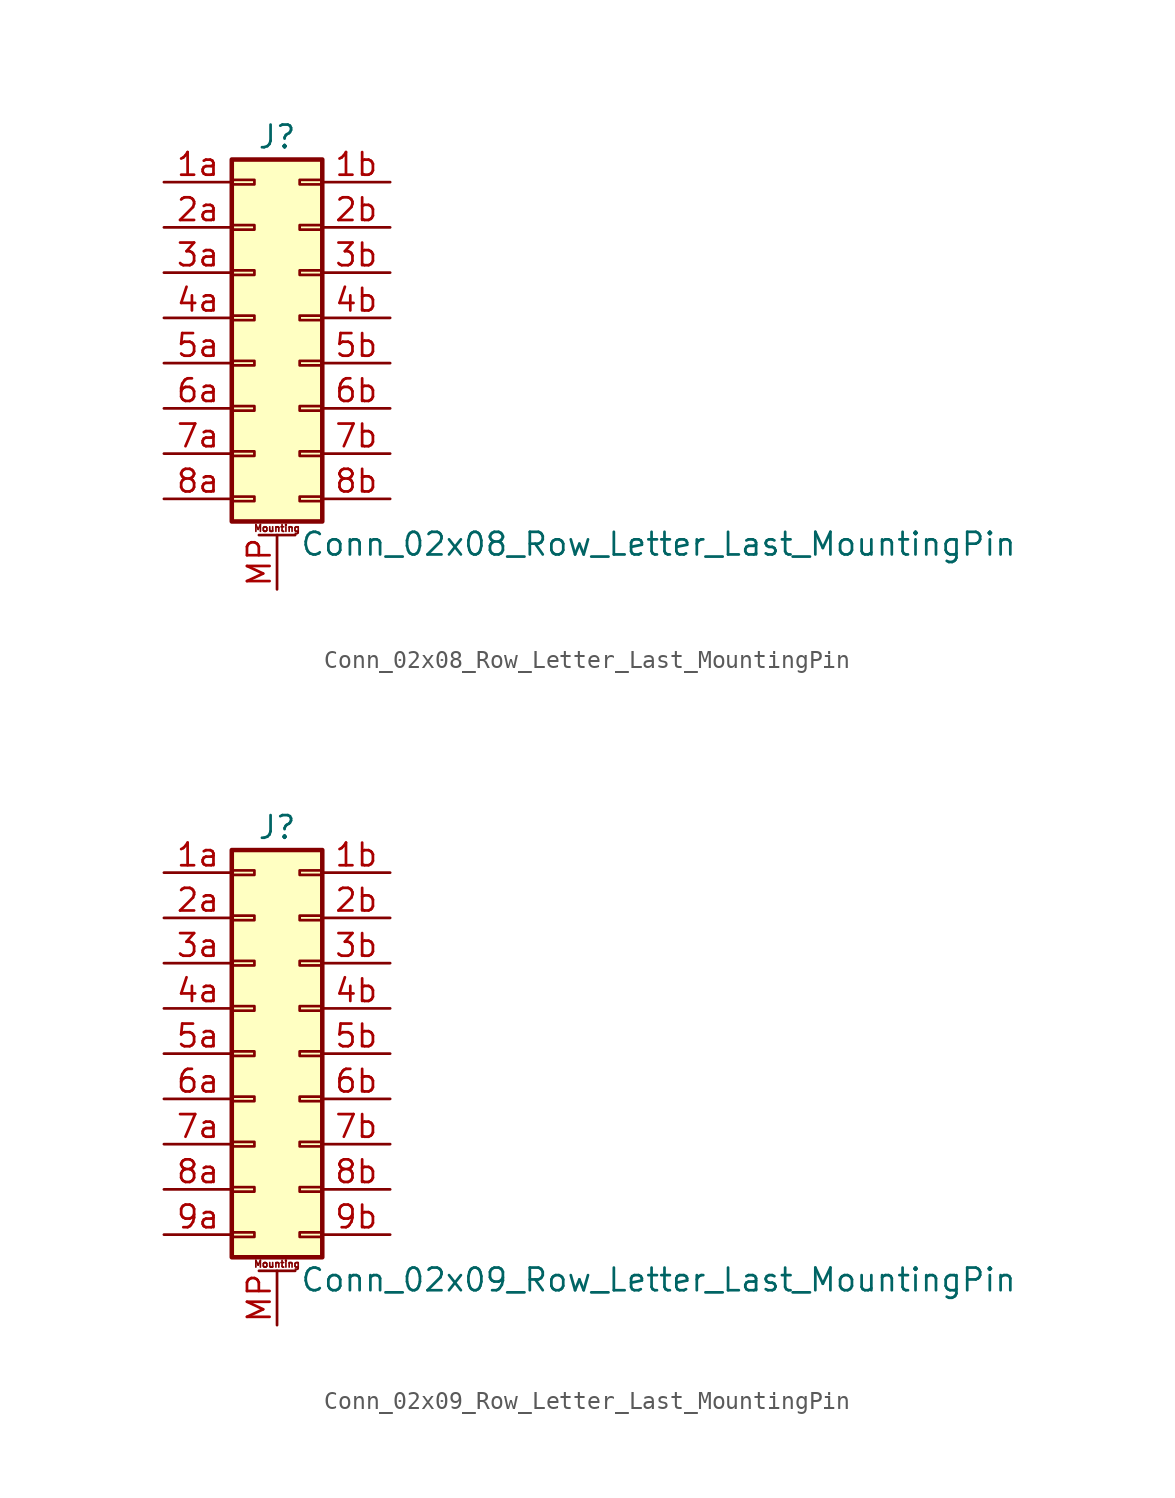
<source format=kicad_sym>
(kicad_symbol_lib
  (version 20211014)
  (generator kicad_symbol_editor)
  (symbol "Conn_02x08_Row_Letter_Last_MountingPin"
    (pin_names
      (offset 1.016) hide)
    (property "Reference" "J"
      (at 1.27 10.16 0)
      (effects (font (size 1.27 1.27))))
    (property "Value" "Conn_02x08_Row_Letter_Last_MountingPin"
      (at 2.54 -12.7 0)
      (effects (font (size 1.27 1.27)) (justify left)))
    (symbol "Conn_02x08_Row_Letter_Last_MountingPin_1_1"
      (rectangle (start -1.27 -10.033) (end 0 -10.287) (stroke (width 0.152) (type default) (color 0 0 0 0)) (fill (type none)))
      (rectangle (start -1.27 -7.493) (end 0 -7.747) (stroke (width 0.152) (type default) (color 0 0 0 0)) (fill (type none)))
      (rectangle (start -1.27 -4.953) (end 0 -5.207) (stroke (width 0.152) (type default) (color 0 0 0 0)) (fill (type none)))
      (rectangle (start -1.27 -2.413) (end 0 -2.667) (stroke (width 0.152) (type default) (color 0 0 0 0)) (fill (type none)))
      (rectangle (start -1.27 0.127) (end 0 -0.127) (stroke (width 0.152) (type default) (color 0 0 0 0)) (fill (type none)))
      (rectangle (start -1.27 2.667) (end 0 2.413) (stroke (width 0.152) (type default) (color 0 0 0 0)) (fill (type none)))
      (rectangle (start -1.27 5.207) (end 0 4.953) (stroke (width 0.152) (type default) (color 0 0 0 0)) (fill (type none)))
      (rectangle (start -1.27 7.747) (end 0 7.493) (stroke (width 0.152) (type default) (color 0 0 0 0)) (fill (type none)))
      (rectangle (start -1.27 8.89) (end 3.81 -11.43) (stroke (width 0.254) (type default) (color 0 0 0 0)) (fill (type background)))
      (polyline (pts (xy 0.254 -12.192) (xy 2.286 -12.192)) (stroke (width 0.152) (type default) (color 0 0 0 0)) (fill (type none)))
      (rectangle (start 3.81 -10.033) (end 2.54 -10.287) (stroke (width 0.152) (type default) (color 0 0 0 0)) (fill (type none)))
      (rectangle (start 3.81 -7.493) (end 2.54 -7.747) (stroke (width 0.152) (type default) (color 0 0 0 0)) (fill (type none)))
      (rectangle (start 3.81 -4.953) (end 2.54 -5.207) (stroke (width 0.152) (type default) (color 0 0 0 0)) (fill (type none)))
      (rectangle (start 3.81 -2.413) (end 2.54 -2.667) (stroke (width 0.152) (type default) (color 0 0 0 0)) (fill (type none)))
      (rectangle (start 3.81 0.127) (end 2.54 -0.127) (stroke (width 0.152) (type default) (color 0 0 0 0)) (fill (type none)))
      (rectangle (start 3.81 2.667) (end 2.54 2.413) (stroke (width 0.152) (type default) (color 0 0 0 0)) (fill (type none)))
      (rectangle (start 3.81 5.207) (end 2.54 4.953) (stroke (width 0.152) (type default) (color 0 0 0 0)) (fill (type none)))
      (rectangle (start 3.81 7.747) (end 2.54 7.493) (stroke (width 0.152) (type default) (color 0 0 0 0)) (fill (type none)))
      (text "Mounting" (at 1.27 -11.811 0) (effects (font (size 0.381 0.381))))
      (pin passive line (at -5.08 7.62 0) (length 3.81) (name "Pin_1a" (effects (font (size 1.27 1.27)))) (number "1a" (effects (font (size 1.27 1.27)))))
      (pin passive line (at 7.62 7.62 180) (length 3.81) (name "Pin_1b" (effects (font (size 1.27 1.27)))) (number "1b" (effects (font (size 1.27 1.27)))))
      (pin passive line (at -5.08 5.08 0) (length 3.81) (name "Pin_2a" (effects (font (size 1.27 1.27)))) (number "2a" (effects (font (size 1.27 1.27)))))
      (pin passive line (at 7.62 5.08 180) (length 3.81) (name "Pin_2b" (effects (font (size 1.27 1.27)))) (number "2b" (effects (font (size 1.27 1.27)))))
      (pin passive line (at -5.08 2.54 0) (length 3.81) (name "Pin_3a" (effects (font (size 1.27 1.27)))) (number "3a" (effects (font (size 1.27 1.27)))))
      (pin passive line (at 7.62 2.54 180) (length 3.81) (name "Pin_3b" (effects (font (size 1.27 1.27)))) (number "3b" (effects (font (size 1.27 1.27)))))
      (pin passive line (at -5.08 0 0) (length 3.81) (name "Pin_4a" (effects (font (size 1.27 1.27)))) (number "4a" (effects (font (size 1.27 1.27)))))
      (pin passive line (at 7.62 0 180) (length 3.81) (name "Pin_4b" (effects (font (size 1.27 1.27)))) (number "4b" (effects (font (size 1.27 1.27)))))
      (pin passive line (at -5.08 -2.54 0) (length 3.81) (name "Pin_5a" (effects (font (size 1.27 1.27)))) (number "5a" (effects (font (size 1.27 1.27)))))
      (pin passive line (at 7.62 -2.54 180) (length 3.81) (name "Pin_5b" (effects (font (size 1.27 1.27)))) (number "5b" (effects (font (size 1.27 1.27)))))
      (pin passive line (at -5.08 -5.08 0) (length 3.81) (name "Pin_6a" (effects (font (size 1.27 1.27)))) (number "6a" (effects (font (size 1.27 1.27)))))
      (pin passive line (at 7.62 -5.08 180) (length 3.81) (name "Pin_6b" (effects (font (size 1.27 1.27)))) (number "6b" (effects (font (size 1.27 1.27)))))
      (pin passive line (at -5.08 -7.62 0) (length 3.81) (name "Pin_7a" (effects (font (size 1.27 1.27)))) (number "7a" (effects (font (size 1.27 1.27)))))
      (pin passive line (at 7.62 -7.62 180) (length 3.81) (name "Pin_7b" (effects (font (size 1.27 1.27)))) (number "7b" (effects (font (size 1.27 1.27)))))
      (pin passive line (at -5.08 -10.16 0) (length 3.81) (name "Pin_8a" (effects (font (size 1.27 1.27)))) (number "8a" (effects (font (size 1.27 1.27)))))
      (pin passive line (at 7.62 -10.16 180) (length 3.81) (name "Pin_8b" (effects (font (size 1.27 1.27)))) (number "8b" (effects (font (size 1.27 1.27)))))
      (pin passive line (at 1.27 -15.24 90) (length 3.048) (name "MountPin" (effects (font (size 1.27 1.27)))) (number "MP" (effects (font (size 1.27 1.27)))))))
  (symbol "Conn_02x09_Row_Letter_Last_MountingPin"
    (pin_names
      (offset 1.016) hide)
    (property "Reference" "J"
      (at 1.27 12.7 0)
      (effects (font (size 1.27 1.27))))
    (property "Value" "Conn_02x09_Row_Letter_Last_MountingPin"
      (at 2.54 -12.7 0)
      (effects (font (size 1.27 1.27)) (justify left)))
    (symbol "Conn_02x09_Row_Letter_Last_MountingPin_1_1"
      (rectangle (start -1.27 -10.033) (end 0 -10.287) (stroke (width 0.152) (type default) (color 0 0 0 0)) (fill (type none)))
      (rectangle (start -1.27 -7.493) (end 0 -7.747) (stroke (width 0.152) (type default) (color 0 0 0 0)) (fill (type none)))
      (rectangle (start -1.27 -4.953) (end 0 -5.207) (stroke (width 0.152) (type default) (color 0 0 0 0)) (fill (type none)))
      (rectangle (start -1.27 -2.413) (end 0 -2.667) (stroke (width 0.152) (type default) (color 0 0 0 0)) (fill (type none)))
      (rectangle (start -1.27 0.127) (end 0 -0.127) (stroke (width 0.152) (type default) (color 0 0 0 0)) (fill (type none)))
      (rectangle (start -1.27 2.667) (end 0 2.413) (stroke (width 0.152) (type default) (color 0 0 0 0)) (fill (type none)))
      (rectangle (start -1.27 5.207) (end 0 4.953) (stroke (width 0.152) (type default) (color 0 0 0 0)) (fill (type none)))
      (rectangle (start -1.27 7.747) (end 0 7.493) (stroke (width 0.152) (type default) (color 0 0 0 0)) (fill (type none)))
      (rectangle (start -1.27 10.287) (end 0 10.033) (stroke (width 0.152) (type default) (color 0 0 0 0)) (fill (type none)))
      (rectangle (start -1.27 11.43) (end 3.81 -11.43) (stroke (width 0.254) (type default) (color 0 0 0 0)) (fill (type background)))
      (polyline (pts (xy 0.254 -12.192) (xy 2.286 -12.192)) (stroke (width 0.152) (type default) (color 0 0 0 0)) (fill (type none)))
      (rectangle (start 3.81 -10.033) (end 2.54 -10.287) (stroke (width 0.152) (type default) (color 0 0 0 0)) (fill (type none)))
      (rectangle (start 3.81 -7.493) (end 2.54 -7.747) (stroke (width 0.152) (type default) (color 0 0 0 0)) (fill (type none)))
      (rectangle (start 3.81 -4.953) (end 2.54 -5.207) (stroke (width 0.152) (type default) (color 0 0 0 0)) (fill (type none)))
      (rectangle (start 3.81 -2.413) (end 2.54 -2.667) (stroke (width 0.152) (type default) (color 0 0 0 0)) (fill (type none)))
      (rectangle (start 3.81 0.127) (end 2.54 -0.127) (stroke (width 0.152) (type default) (color 0 0 0 0)) (fill (type none)))
      (rectangle (start 3.81 2.667) (end 2.54 2.413) (stroke (width 0.152) (type default) (color 0 0 0 0)) (fill (type none)))
      (rectangle (start 3.81 5.207) (end 2.54 4.953) (stroke (width 0.152) (type default) (color 0 0 0 0)) (fill (type none)))
      (rectangle (start 3.81 7.747) (end 2.54 7.493) (stroke (width 0.152) (type default) (color 0 0 0 0)) (fill (type none)))
      (rectangle (start 3.81 10.287) (end 2.54 10.033) (stroke (width 0.152) (type default) (color 0 0 0 0)) (fill (type none)))
      (text "Mounting" (at 1.27 -11.811 0) (effects (font (size 0.381 0.381))))
      (pin passive line (at -5.08 10.16 0) (length 3.81) (name "Pin_1a" (effects (font (size 1.27 1.27)))) (number "1a" (effects (font (size 1.27 1.27)))))
      (pin passive line (at 7.62 10.16 180) (length 3.81) (name "Pin_1b" (effects (font (size 1.27 1.27)))) (number "1b" (effects (font (size 1.27 1.27)))))
      (pin passive line (at -5.08 7.62 0) (length 3.81) (name "Pin_2a" (effects (font (size 1.27 1.27)))) (number "2a" (effects (font (size 1.27 1.27)))))
      (pin passive line (at 7.62 7.62 180) (length 3.81) (name "Pin_2b" (effects (font (size 1.27 1.27)))) (number "2b" (effects (font (size 1.27 1.27)))))
      (pin passive line (at -5.08 5.08 0) (length 3.81) (name "Pin_3a" (effects (font (size 1.27 1.27)))) (number "3a" (effects (font (size 1.27 1.27)))))
      (pin passive line (at 7.62 5.08 180) (length 3.81) (name "Pin_3b" (effects (font (size 1.27 1.27)))) (number "3b" (effects (font (size 1.27 1.27)))))
      (pin passive line (at -5.08 2.54 0) (length 3.81) (name "Pin_4a" (effects (font (size 1.27 1.27)))) (number "4a" (effects (font (size 1.27 1.27)))))
      (pin passive line (at 7.62 2.54 180) (length 3.81) (name "Pin_4b" (effects (font (size 1.27 1.27)))) (number "4b" (effects (font (size 1.27 1.27)))))
      (pin passive line (at -5.08 0 0) (length 3.81) (name "Pin_5a" (effects (font (size 1.27 1.27)))) (number "5a" (effects (font (size 1.27 1.27)))))
      (pin passive line (at 7.62 0 180) (length 3.81) (name "Pin_5b" (effects (font (size 1.27 1.27)))) (number "5b" (effects (font (size 1.27 1.27)))))
      (pin passive line (at -5.08 -2.54 0) (length 3.81) (name "Pin_6a" (effects (font (size 1.27 1.27)))) (number "6a" (effects (font (size 1.27 1.27)))))
      (pin passive line (at 7.62 -2.54 180) (length 3.81) (name "Pin_6b" (effects (font (size 1.27 1.27)))) (number "6b" (effects (font (size 1.27 1.27)))))
      (pin passive line (at -5.08 -5.08 0) (length 3.81) (name "Pin_7a" (effects (font (size 1.27 1.27)))) (number "7a" (effects (font (size 1.27 1.27)))))
      (pin passive line (at 7.62 -5.08 180) (length 3.81) (name "Pin_7b" (effects (font (size 1.27 1.27)))) (number "7b" (effects (font (size 1.27 1.27)))))
      (pin passive line (at -5.08 -7.62 0) (length 3.81) (name "Pin_8a" (effects (font (size 1.27 1.27)))) (number "8a" (effects (font (size 1.27 1.27)))))
      (pin passive line (at 7.62 -7.62 180) (length 3.81) (name "Pin_8b" (effects (font (size 1.27 1.27)))) (number "8b" (effects (font (size 1.27 1.27)))))
      (pin passive line (at -5.08 -10.16 0) (length 3.81) (name "Pin_9a" (effects (font (size 1.27 1.27)))) (number "9a" (effects (font (size 1.27 1.27)))))
      (pin passive line (at 7.62 -10.16 180) (length 3.81) (name "Pin_9b" (effects (font (size 1.27 1.27)))) (number "9b" (effects (font (size 1.27 1.27)))))
      (pin passive line (at 1.27 -15.24 90) (length 3.048) (name "MountPin" (effects (font (size 1.27 1.27)))) (number "MP" (effects (font (size 1.27 1.27))))))))
</source>
